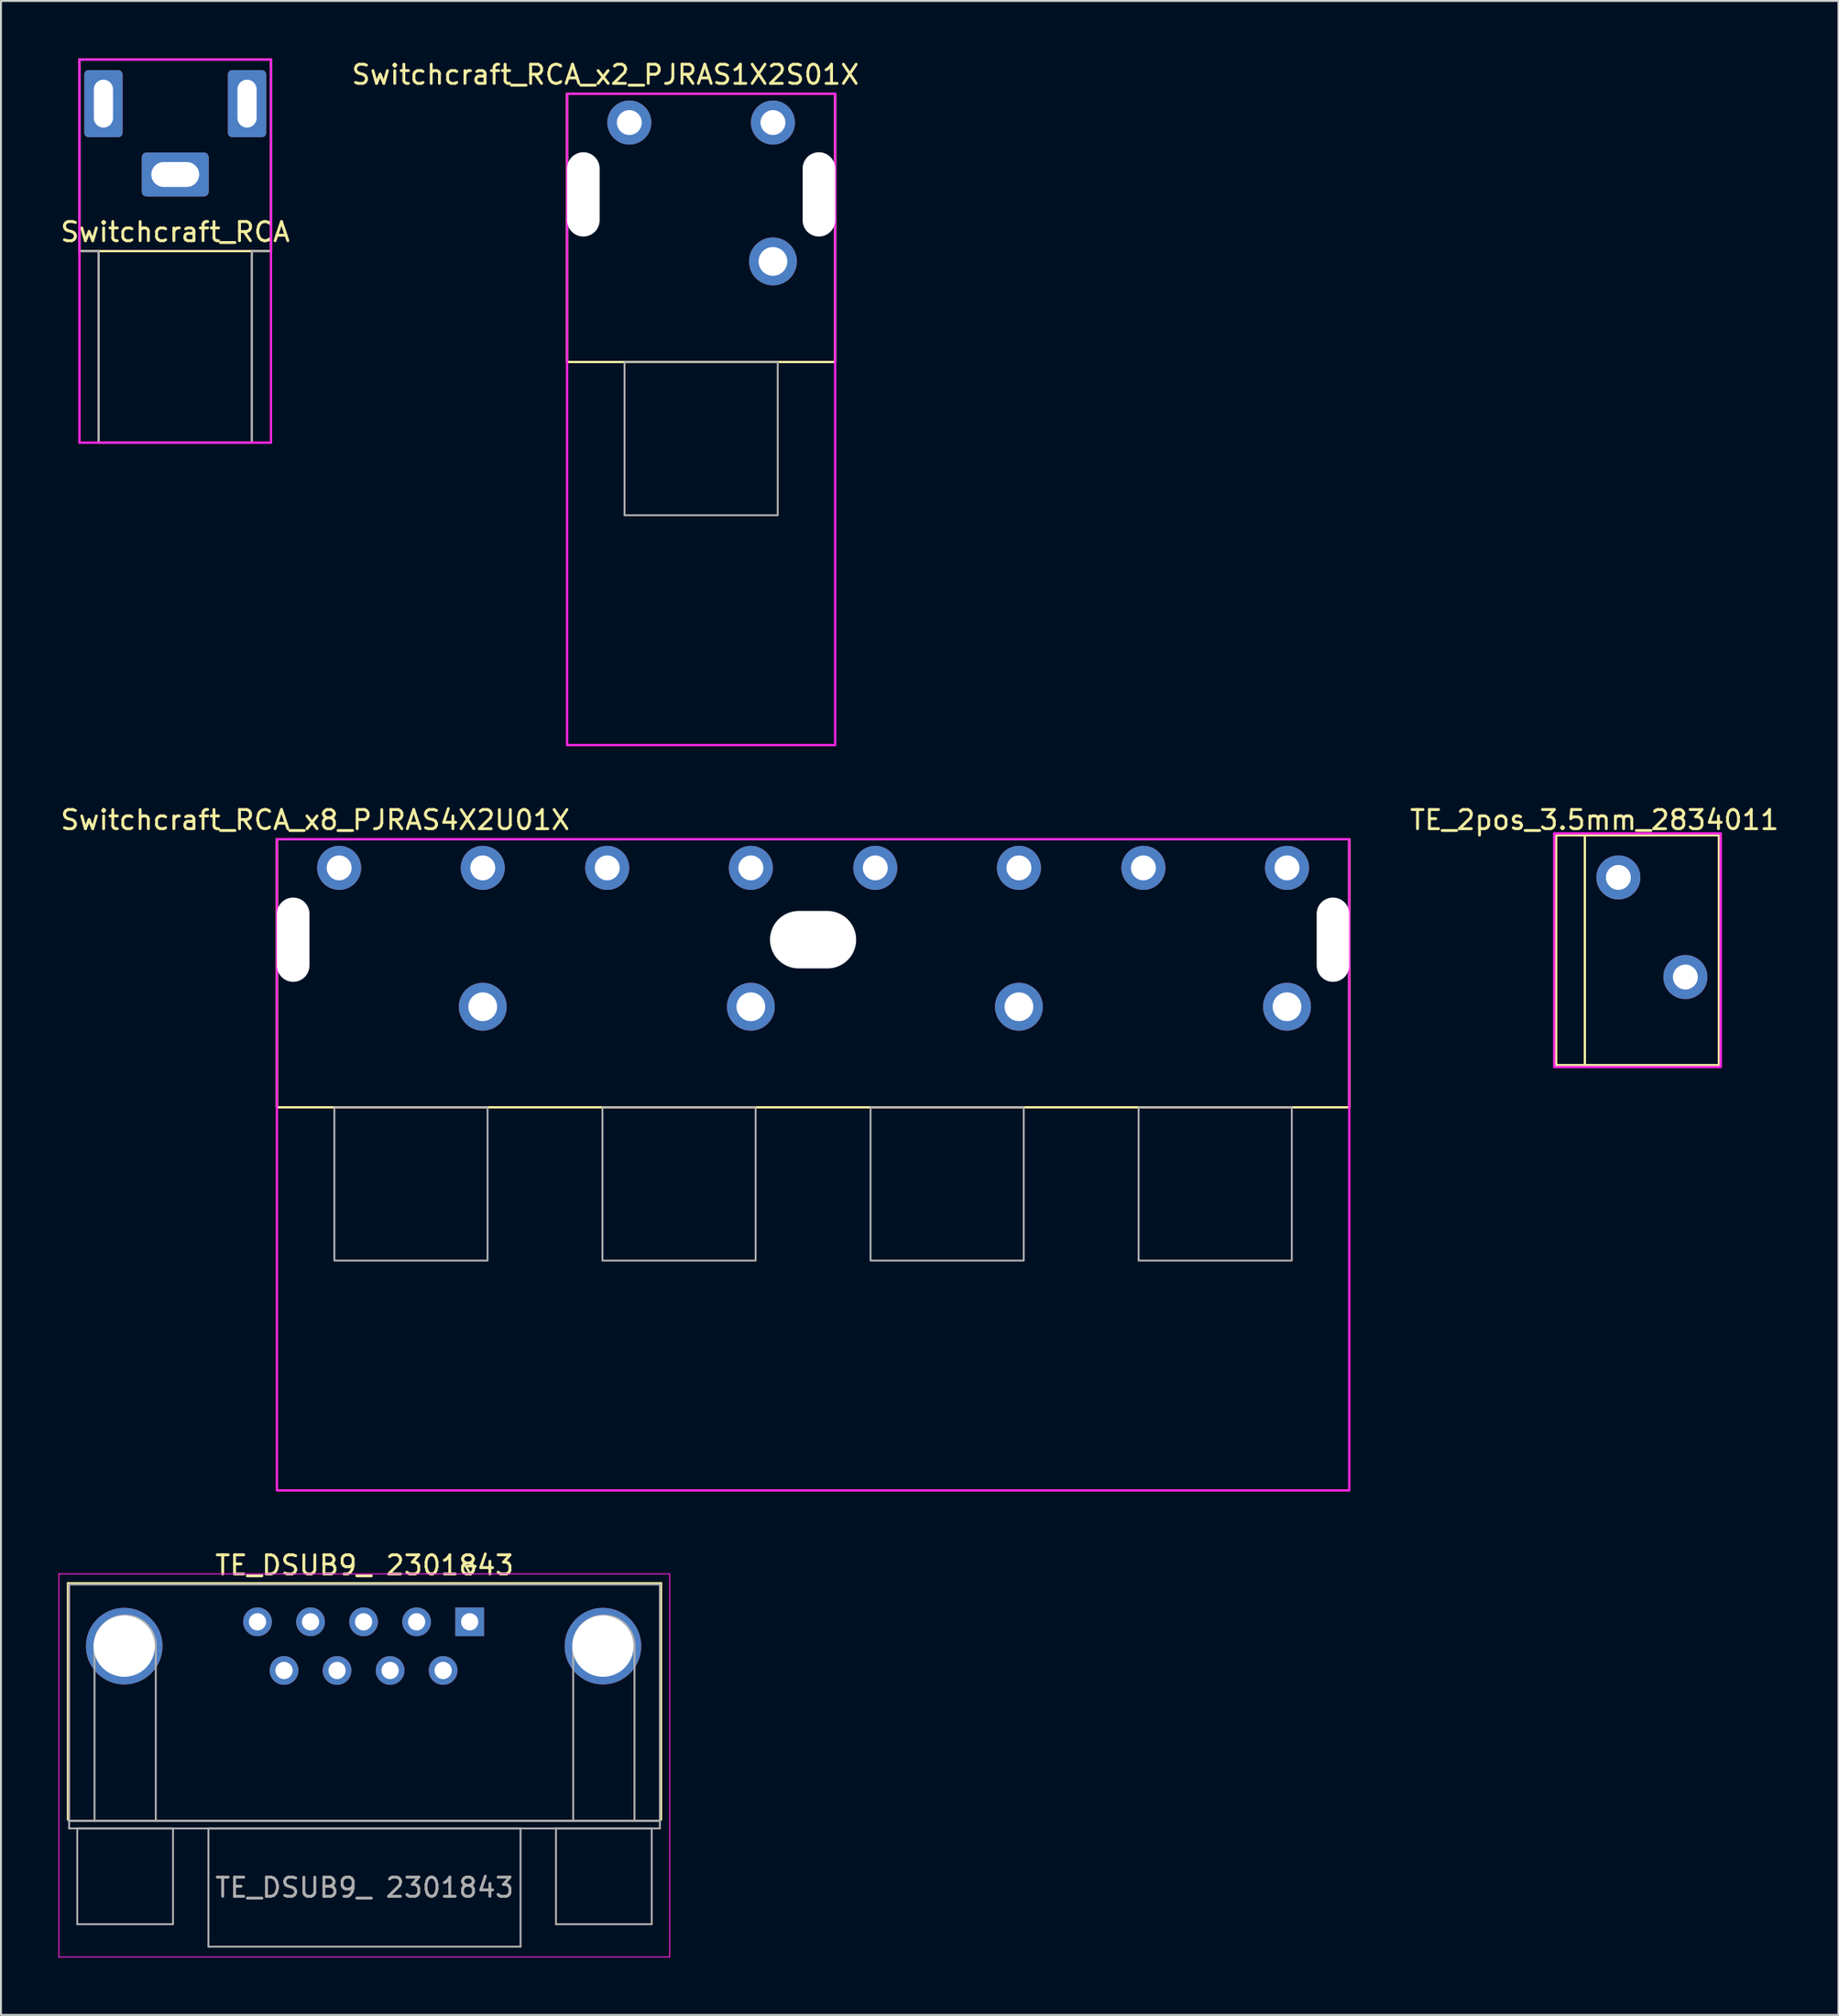
<source format=kicad_pcb>
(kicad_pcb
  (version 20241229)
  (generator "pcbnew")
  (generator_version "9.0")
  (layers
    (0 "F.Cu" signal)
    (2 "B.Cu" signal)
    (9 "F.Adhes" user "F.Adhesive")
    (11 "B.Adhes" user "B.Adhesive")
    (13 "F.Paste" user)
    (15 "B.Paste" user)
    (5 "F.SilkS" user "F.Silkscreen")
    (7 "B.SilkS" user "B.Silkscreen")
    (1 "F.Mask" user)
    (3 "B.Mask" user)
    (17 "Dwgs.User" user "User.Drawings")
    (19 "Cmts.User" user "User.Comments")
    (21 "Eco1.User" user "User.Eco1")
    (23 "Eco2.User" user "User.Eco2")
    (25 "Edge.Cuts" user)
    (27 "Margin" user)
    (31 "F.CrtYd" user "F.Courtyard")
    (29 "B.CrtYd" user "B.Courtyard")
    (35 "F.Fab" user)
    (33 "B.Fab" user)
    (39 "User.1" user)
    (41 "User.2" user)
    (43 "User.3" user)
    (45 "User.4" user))
  (footprint "TE_2pos_3.5mm_2834011"
    (layer "F.Cu")
    (at 83.215 52.556)
    (property "Reference" "TE_2pos_3.5mm_2834011" (at -3 -12.8 0) (unlocked yes) (layer "F.SilkS") (effects (font (size 1 1) (thickness 0.15))))
    (attr through_hole)
    (fp_line (start -3.5 -12) (end -3.5 0) (stroke (width 0.12) (type solid)) (layer "F.SilkS"))
    (fp_rect (start -5 0) (end 3.5 -12) (stroke (width 0.12) (type solid)) (fill no) (layer "F.SilkS"))
    (fp_rect (start -5.1 -12.1) (end 3.6 0.1) (stroke (width 0.12) (type solid)) (fill no) (layer "F.CrtYd"))
    (pad "1" thru_hole circle (at -1.75 -9.8) (size 2.3 2.3) (drill 1.3) (layers "*.Cu" "*.Mask"))
    (pad "2" thru_hole circle (at 1.75 -4.6) (size 2.3 2.3) (drill 1.3) (layers "*.Cu" "*.Mask")))
  (footprint "Switchcraft_RCA"
    (layer "F.Cu")
    (at 6.101 10.06)
    (property "Reference" "Switchcraft_RCA" (at 0 -1 0) (layer "F.SilkS") (effects (font (size 1 1) (thickness 0.15))))
    (attr through_hole)
    (fp_line (start -5 -10) (end 5 -10) (stroke (width 0.12) (type solid)) (layer "F.SilkS"))
    (fp_line (start -5 0) (end -5 -10) (stroke (width 0.12) (type solid)) (layer "F.SilkS"))
    (fp_line (start 5 -10) (end 5 0) (stroke (width 0.12) (type solid)) (layer "F.SilkS"))
    (fp_line (start 5 0) (end -5 0) (stroke (width 0.12) (type solid)) (layer "F.SilkS"))
    (fp_line (start -5 -10) (end 5 -10) (stroke (width 0.12) (type solid)) (layer "F.CrtYd"))
    (fp_line (start -5 10) (end -5 -10) (stroke (width 0.12) (type solid)) (layer "F.CrtYd"))
    (fp_line (start 5 -10) (end 5 0) (stroke (width 0.12) (type solid)) (layer "F.CrtYd"))
    (fp_line (start 5 0) (end 5 10) (stroke (width 0.12) (type solid)) (layer "F.CrtYd"))
    (fp_line (start 5 10) (end -5 10) (stroke (width 0.12) (type solid)) (layer "F.CrtYd"))
    (fp_line (start -5 -10) (end -5 0) (stroke (width 0.12) (type solid)) (layer "F.Fab"))
    (fp_line (start -5 0) (end -4 0) (stroke (width 0.12) (type solid)) (layer "F.Fab"))
    (fp_line (start -4 0) (end -4 10) (stroke (width 0.12) (type solid)) (layer "F.Fab"))
    (fp_line (start -4 10) (end 4 10) (stroke (width 0.12) (type solid)) (layer "F.Fab"))
    (fp_line (start 4 0) (end 5 0) (stroke (width 0.12) (type solid)) (layer "F.Fab"))
    (fp_line (start 4 10) (end 4 0) (stroke (width 0.12) (type solid)) (layer "F.Fab"))
    (fp_line (start 5 -10) (end -5 -10) (stroke (width 0.12) (type solid)) (layer "F.Fab"))
    (fp_line (start 5 0) (end 5 -10) (stroke (width 0.12) (type solid)) (layer "F.Fab"))
    (pad "1" thru_hole roundrect (at 0 -4) (size 3.5 2.3) (drill oval 2.5 1.3) (layers "*.Cu" "*.Mask") (roundrect_rratio 0.109))
    (pad "2" thru_hole roundrect (at -3.75 -7.7 90) (size 3.5 2) (drill oval 2.5 1) (layers "*.Cu" "*.Mask") (roundrect_rratio 0.109))
    (pad "3" thru_hole roundrect (at 3.75 -7.7 90) (size 3.5 2) (drill oval 2.5 1) (layers "*.Cu" "*.Mask") (roundrect_rratio 0.109)))
  (footprint "Switchcraft_RCA_x8_PJRAS4X2U01X"
    (layer "F.Cu")
    (at 39.411 54.757)
    (property "Reference" "Switchcraft_RCA_x8_PJRAS4X2U01X" (at -26 -15 0) (layer "F.SilkS") (effects (font (size 1 1) (thickness 0.15))))
    (attr through_hole)
    (fp_rect (start -28 -14) (end 28 0) (stroke (width 0.12) (type solid)) (fill no) (layer "F.SilkS"))
    (fp_rect (start -28 -14) (end 28 20) (stroke (width 0.12) (type solid)) (fill no) (layer "F.CrtYd"))
    (fp_rect (start -25 0) (end -17 8) (stroke (width 0.1) (type solid)) (fill no) (layer "F.Fab"))
    (fp_rect (start -11 0) (end -3 8) (stroke (width 0.1) (type solid)) (fill no) (layer "F.Fab"))
    (fp_rect (start 3 0) (end 11 8) (stroke (width 0.1) (type solid)) (fill no) (layer "F.Fab"))
    (fp_rect (start 17 0) (end 25 8) (stroke (width 0.1) (type solid)) (fill no) (layer "F.Fab"))
    (pad "" np_thru_hole oval (at -27.15 -8.75) (size 1.7 4.4) (drill oval 1.7 4.4) (layers "*.Cu" "*.Mask"))
    (pad "" np_thru_hole oval (at 0 -8.75) (size 4.5 3) (drill oval 4.5 3) (layers "*.Cu" "*.Mask"))
    (pad "" np_thru_hole oval (at 27.15 -8.75) (size 1.7 4.4) (drill oval 1.7 4.4) (layers "*.Cu" "*.Mask"))
    (pad "1" thru_hole circle (at -24.75 -12.5) (size 2.3 2.3) (drill 1.3) (layers "*.Cu" "*.Mask"))
    (pad "2" thru_hole circle (at -17.25 -12.5) (size 2.3 2.3) (drill 1.3) (layers "*.Cu" "*.Mask"))
    (pad "3" thru_hole circle (at -10.75 -12.5) (size 2.3 2.3) (drill 1.3) (layers "*.Cu" "*.Mask"))
    (pad "4" thru_hole circle (at -3.25 -12.5) (size 2.3 2.3) (drill 1.3) (layers "*.Cu" "*.Mask"))
    (pad "5" thru_hole circle (at 3.25 -12.5) (size 2.3 2.3) (drill 1.3) (layers "*.Cu" "*.Mask"))
    (pad "6" thru_hole circle (at 10.75 -12.5) (size 2.3 2.3) (drill 1.3) (layers "*.Cu" "*.Mask"))
    (pad "7" thru_hole circle (at 17.25 -12.5) (size 2.3 2.3) (drill 1.3) (layers "*.Cu" "*.Mask"))
    (pad "8" thru_hole circle (at 24.75 -12.5) (size 2.3 2.3) (drill 1.3) (layers "*.Cu" "*.Mask"))
    (pad "9" thru_hole circle (at -17.25 -5.25) (size 2.5 2.5) (drill 1.5) (layers "*.Cu" "*.Mask"))
    (pad "9" thru_hole circle (at -3.25 -5.25) (size 2.5 2.5) (drill 1.5) (layers "*.Cu" "*.Mask"))
    (pad "9" thru_hole circle (at 10.75 -5.25) (size 2.5 2.5) (drill 1.5) (layers "*.Cu" "*.Mask"))
    (pad "9" thru_hole circle (at 24.75 -5.25) (size 2.5 2.5) (drill 1.5) (layers "*.Cu" "*.Mask")))
  (footprint "TE_DSUB9_ 2301843"
    (layer "F.Cu")
    (at 15.937 82.887)
    (property "Reference" "TE_DSUB9_ 2301843" (at 0.048 -4.222 0) (layer "F.SilkS") (effects (font (size 1 1) (thickness 0.15))))
    (attr through_hole)
    (fp_line (start -15.437 -3.282) (end 15.533 -3.282) (stroke (width 0.12) (type solid)) (layer "F.SilkS"))
    (fp_line (start -15.437 9.058) (end -15.437 -3.282) (stroke (width 0.12) (type solid)) (layer "F.SilkS"))
    (fp_line (start 5.338 -4.177) (end 5.838 -4.177) (stroke (width 0.12) (type solid)) (layer "F.SilkS"))
    (fp_line (start 5.588 -3.744) (end 5.338 -4.177) (stroke (width 0.12) (type solid)) (layer "F.SilkS"))
    (fp_line (start 5.838 -4.177) (end 5.588 -3.744) (stroke (width 0.12) (type solid)) (layer "F.SilkS"))
    (fp_line (start 15.533 -3.282) (end 15.533 9.058) (stroke (width 0.12) (type solid)) (layer "F.SilkS"))
    (fp_line (start -15.912 -3.772) (end -15.912 16.228) (stroke (width 0.05) (type solid)) (layer "F.CrtYd"))
    (fp_line (start -15.912 16.228) (end 15.988 16.228) (stroke (width 0.05) (type solid)) (layer "F.CrtYd"))
    (fp_line (start 15.988 -3.772) (end -15.912 -3.772) (stroke (width 0.05) (type solid)) (layer "F.CrtYd"))
    (fp_line (start 15.988 16.228) (end 15.988 -3.772) (stroke (width 0.05) (type solid)) (layer "F.CrtYd"))
    (fp_line (start -15.377 -3.222) (end -15.377 9.118) (stroke (width 0.1) (type solid)) (layer "F.Fab"))
    (fp_line (start -15.377 9.118) (end -15.377 9.518) (stroke (width 0.1) (type solid)) (layer "F.Fab"))
    (fp_line (start -15.377 9.118) (end 15.473 9.118) (stroke (width 0.1) (type solid)) (layer "F.Fab"))
    (fp_line (start -15.377 9.518) (end 15.473 9.518) (stroke (width 0.1) (type solid)) (layer "F.Fab"))
    (fp_line (start -14.952 9.518) (end -14.952 14.518) (stroke (width 0.1) (type solid)) (layer "F.Fab"))
    (fp_line (start -14.952 14.518) (end -9.952 14.518) (stroke (width 0.1) (type solid)) (layer "F.Fab"))
    (fp_line (start -14.052 9.118) (end -14.052 -0.002) (stroke (width 0.1) (type solid)) (layer "F.Fab"))
    (fp_line (start -10.852 9.118) (end -10.852 -0.002) (stroke (width 0.1) (type solid)) (layer "F.Fab"))
    (fp_line (start -9.952 9.518) (end -14.952 9.518) (stroke (width 0.1) (type solid)) (layer "F.Fab"))
    (fp_line (start -9.952 14.518) (end -9.952 9.518) (stroke (width 0.1) (type solid)) (layer "F.Fab"))
    (fp_line (start -8.102 9.518) (end -8.102 15.688) (stroke (width 0.1) (type solid)) (layer "F.Fab"))
    (fp_line (start -8.102 15.688) (end 8.198 15.688) (stroke (width 0.1) (type solid)) (layer "F.Fab"))
    (fp_line (start 8.198 9.518) (end -8.102 9.518) (stroke (width 0.1) (type solid)) (layer "F.Fab"))
    (fp_line (start 8.198 15.688) (end 8.198 9.518) (stroke (width 0.1) (type solid)) (layer "F.Fab"))
    (fp_line (start 10.048 9.518) (end 10.048 14.518) (stroke (width 0.1) (type solid)) (layer "F.Fab"))
    (fp_line (start 10.048 14.518) (end 15.048 14.518) (stroke (width 0.1) (type solid)) (layer "F.Fab"))
    (fp_line (start 10.948 9.118) (end 10.948 -0.002) (stroke (width 0.1) (type solid)) (layer "F.Fab"))
    (fp_line (start 14.148 9.118) (end 14.148 -0.002) (stroke (width 0.1) (type solid)) (layer "F.Fab"))
    (fp_line (start 15.048 9.518) (end 10.048 9.518) (stroke (width 0.1) (type solid)) (layer "F.Fab"))
    (fp_line (start 15.048 14.518) (end 15.048 9.518) (stroke (width 0.1) (type solid)) (layer "F.Fab"))
    (fp_line (start 15.473 -3.222) (end -15.377 -3.222) (stroke (width 0.1) (type solid)) (layer "F.Fab"))
    (fp_line (start 15.473 9.118) (end -15.377 9.118) (stroke (width 0.1) (type solid)) (layer "F.Fab"))
    (fp_line (start 15.473 9.118) (end 15.473 -3.222) (stroke (width 0.1) (type solid)) (layer "F.Fab"))
    (fp_line (start 15.473 9.518) (end 15.473 9.118) (stroke (width 0.1) (type solid)) (layer "F.Fab"))
    (fp_arc (start -14.052 -0.0024) (mid -12.452 -1.6024) (end -10.852 -0.0024) (stroke (width 0.1) (type solid)) (layer "F.Fab"))
    (fp_arc (start 10.948 -0.0024) (mid 12.548 -1.6024) (end 14.148 -0.0024) (stroke (width 0.1) (type solid)) (layer "F.Fab"))
    (fp_text user "${REFERENCE}" (at 0.048 12.603 0) (layer "F.Fab") (effects (font (size 1 1) (thickness 0.15))))
    (pad "0" thru_hole circle (at -12.5 0) (size 4 4) (drill 3.2) (layers "*.Cu" "*.Mask"))
    (pad "0" thru_hole circle (at 12.5 0) (size 4 4) (drill 3.2) (layers "*.Cu" "*.Mask"))
    (pad "1" thru_hole rect (at 5.54 -1.27) (size 1.5 1.5) (drill 0.9) (layers "*.Cu" "*.Mask"))
    (pad "2" thru_hole circle (at 2.77 -1.27) (size 1.5 1.5) (drill 0.9) (layers "*.Cu" "*.Mask"))
    (pad "3" thru_hole circle (at 0 -1.27) (size 1.5 1.5) (drill 0.9) (layers "*.Cu" "*.Mask"))
    (pad "4" thru_hole circle (at -2.77 -1.27) (size 1.5 1.5) (drill 0.9) (layers "*.Cu" "*.Mask"))
    (pad "5" thru_hole circle (at -5.54 -1.27) (size 1.5 1.5) (drill 0.9) (layers "*.Cu" "*.Mask"))
    (pad "6" thru_hole circle (at 4.155 1.27) (size 1.5 1.5) (drill 0.9) (layers "*.Cu" "*.Mask"))
    (pad "7" thru_hole circle (at 1.385 1.27) (size 1.5 1.5) (drill 0.9) (layers "*.Cu" "*.Mask"))
    (pad "8" thru_hole circle (at -1.385 1.27) (size 1.5 1.5) (drill 0.9) (layers "*.Cu" "*.Mask"))
    (pad "9" thru_hole circle (at -4.155 1.27) (size 1.5 1.5) (drill 0.9) (layers "*.Cu" "*.Mask")))
  (footprint "Switchcraft_RCA_x2_PJRAS1X2S01X"
    (layer "F.Cu")
    (at 33.565 15.848)
    (property "Reference" "Switchcraft_RCA_x2_PJRAS1X2S01X" (at -5 -15 0) (layer "F.SilkS") (effects (font (size 1 1) (thickness 0.15))))
    (attr through_hole)
    (fp_rect (start -7 -14) (end 7 0) (stroke (width 0.12) (type solid)) (fill no) (layer "F.SilkS"))
    (fp_rect (start -7 -14) (end 7 20) (stroke (width 0.12) (type solid)) (fill no) (layer "F.CrtYd"))
    (fp_rect (start -4 0) (end 4 8) (stroke (width 0.1) (type solid)) (fill no) (layer "F.Fab"))
    (pad "" np_thru_hole oval (at -6.15 -8.75) (size 1.7 4.4) (drill oval 1.7 4.4) (layers "*.Cu" "*.Mask"))
    (pad "" np_thru_hole oval (at 6.15 -8.75) (size 1.7 4.4) (drill oval 1.7 4.4) (layers "*.Cu" "*.Mask"))
    (pad "1" thru_hole circle (at -3.75 -12.5) (size 2.3 2.3) (drill 1.3) (layers "*.Cu" "*.Mask"))
    (pad "2" thru_hole circle (at 3.75 -12.5) (size 2.3 2.3) (drill 1.3) (layers "*.Cu" "*.Mask"))
    (pad "3" thru_hole circle (at 3.75 -5.25) (size 2.5 2.5) (drill 1.5) (layers "*.Cu" "*.Mask")))
  (gr_rect
    (start -3 -3)
    (end 92.959 102.14)
    (stroke (width 0.1) (type default))
    (fill no)
    (layer "Edge.Cuts")))
</source>
